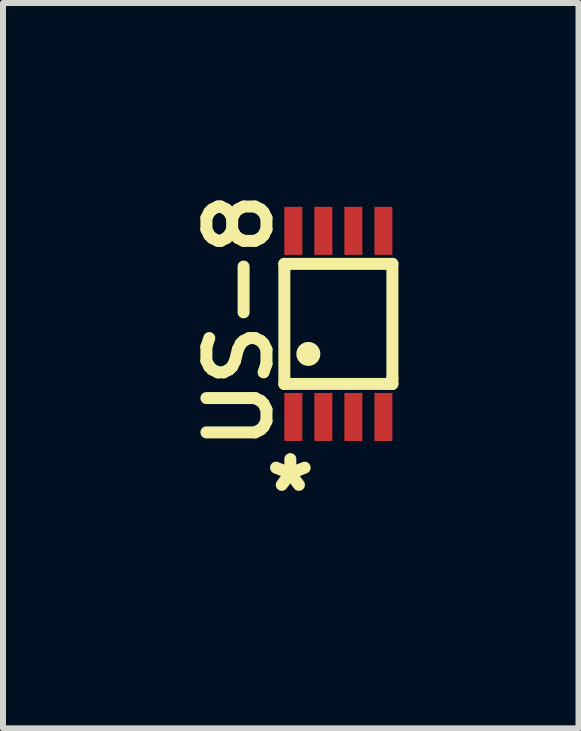
<source format=kicad_pcb>
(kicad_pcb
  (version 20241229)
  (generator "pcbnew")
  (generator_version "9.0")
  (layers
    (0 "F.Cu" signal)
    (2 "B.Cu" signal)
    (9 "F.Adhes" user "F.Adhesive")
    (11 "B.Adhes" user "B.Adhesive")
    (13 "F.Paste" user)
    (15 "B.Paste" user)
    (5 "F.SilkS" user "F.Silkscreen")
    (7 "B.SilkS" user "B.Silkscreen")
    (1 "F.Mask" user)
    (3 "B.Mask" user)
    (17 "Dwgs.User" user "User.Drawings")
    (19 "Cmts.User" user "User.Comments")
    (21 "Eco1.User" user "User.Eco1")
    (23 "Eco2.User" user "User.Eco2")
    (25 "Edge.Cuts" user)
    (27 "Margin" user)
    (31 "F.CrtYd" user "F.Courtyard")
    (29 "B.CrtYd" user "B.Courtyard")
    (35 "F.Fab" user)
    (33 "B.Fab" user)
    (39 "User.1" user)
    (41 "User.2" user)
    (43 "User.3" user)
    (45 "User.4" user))
  (footprint "US-8"
    (layer "F.Cu")
    (at 2.586 2.345)
    (property "Reference" "US-8" (at -1.65 -0.05 90) (layer "F.SilkS") (effects (font (size 1 1) (thickness 0.2))))
    (attr smd)
    (fp_line (start -0.9 -1) (end 0.9 -1) (stroke (width 0.2) (type solid)) (layer "F.SilkS"))
    (fp_line (start -0.9 1) (end -0.9 -1) (stroke (width 0.2) (type solid)) (layer "F.SilkS"))
    (fp_line (start 0.9 -1) (end 0.9 0.9) (stroke (width 0.2) (type solid)) (layer "F.SilkS"))
    (fp_line (start 0.9 0.9) (end 0.9 1) (stroke (width 0.2) (type solid)) (layer "F.SilkS"))
    (fp_line (start 0.9 1) (end -0.9 1) (stroke (width 0.2) (type solid)) (layer "F.SilkS"))
    (fp_circle (center -0.5 0.5) (end -0.5 0.6) (stroke (width 0.2) (type solid)) (fill no) (layer "F.SilkS"))
    (fp_text user "*" (at -0.8 2.8 0) (layer "F.SilkS") (effects (font (size 1 1) (thickness 0.2))))
    (pad "1" smd rect (at -0.75 1.55) (size 0.3 0.8) (layers "F.Cu" "F.Mask" "F.Paste"))
    (pad "2" smd rect (at -0.25 1.55) (size 0.3 0.8) (layers "F.Cu" "F.Mask" "F.Paste"))
    (pad "3" smd rect (at 0.25 1.55) (size 0.3 0.8) (layers "F.Cu" "F.Mask" "F.Paste"))
    (pad "4" smd rect (at 0.75 1.55) (size 0.3 0.8) (layers "F.Cu" "F.Mask" "F.Paste"))
    (pad "5" smd rect (at 0.75 -1.55) (size 0.3 0.8) (layers "F.Cu" "F.Mask" "F.Paste"))
    (pad "6" smd rect (at 0.25 -1.55) (size 0.3 0.8) (layers "F.Cu" "F.Mask" "F.Paste"))
    (pad "7" smd rect (at -0.25 -1.55) (size 0.3 0.8) (layers "F.Cu" "F.Mask" "F.Paste"))
    (pad "8" smd rect (at -0.75 -1.55) (size 0.3 0.8) (layers "F.Cu" "F.Mask" "F.Paste")))
  (gr_rect
    (start -3 -3)
    (end 6.586 9.081)
    (stroke (width 0.1) (type default))
    (fill no)
    (layer "Edge.Cuts")))
</source>
